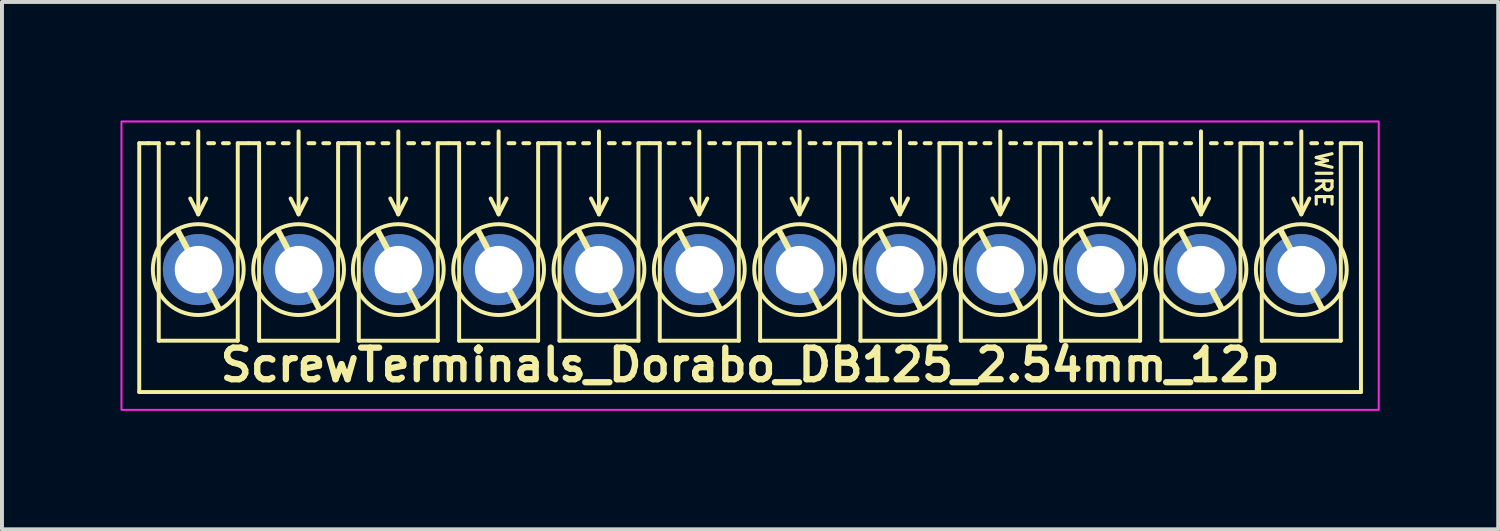
<source format=kicad_pcb>
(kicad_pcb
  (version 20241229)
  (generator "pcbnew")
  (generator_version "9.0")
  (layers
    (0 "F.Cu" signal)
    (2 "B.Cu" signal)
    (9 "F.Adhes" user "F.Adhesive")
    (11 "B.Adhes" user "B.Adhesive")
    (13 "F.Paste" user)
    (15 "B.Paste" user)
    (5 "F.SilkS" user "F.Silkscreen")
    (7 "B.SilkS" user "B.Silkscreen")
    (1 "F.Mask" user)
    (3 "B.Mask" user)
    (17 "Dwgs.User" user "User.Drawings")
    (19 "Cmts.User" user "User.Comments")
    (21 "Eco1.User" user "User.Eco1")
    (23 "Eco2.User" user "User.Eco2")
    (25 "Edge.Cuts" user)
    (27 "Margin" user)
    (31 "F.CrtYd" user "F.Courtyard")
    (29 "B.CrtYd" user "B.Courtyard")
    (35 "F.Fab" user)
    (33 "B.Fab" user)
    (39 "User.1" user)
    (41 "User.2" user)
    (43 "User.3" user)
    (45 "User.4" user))
  (footprint "ScrewTerminals_Dorabo_DB125_2.54mm_12p"
    (layer "F.Cu")
    (at 15.923 3.724)
    (property "Reference" "ScrewTerminals_Dorabo_DB125_2.54mm_12p" (at 0.016 2.464 0) (unlocked yes) (layer "F.SilkS") (effects (font (size 0.8 0.8) (thickness 0.16) (bold yes))))
    (attr through_hole)
    (fp_line (start -15.448 -3.149) (end -15.448 3.151) (stroke (width 0.1) (type default)) (layer "F.SilkS"))
    (fp_line (start -15.448 -3.149) (end -15.208 -3.149) (stroke (width 0.1) (type default)) (layer "F.SilkS"))
    (fp_line (start -14.954 -3.149) (end -15.224 -3.149) (stroke (width 0.1) (type default)) (layer "F.SilkS"))
    (fp_line (start -14.954 1.851) (end -14.954 -3.149) (stroke (width 0.1) (type solid)) (layer "F.SilkS"))
    (fp_line (start -14.579 -3.149) (end -14.729 -3.149) (stroke (width 0.1) (type default)) (layer "F.SilkS"))
    (fp_line (start -14.204 -3.149) (end -14.354 -3.149) (stroke (width 0.1) (type default)) (layer "F.SilkS"))
    (fp_line (start -13.954 -3.449) (end -13.954 -1.349) (stroke (width 0.1) (type default)) (layer "F.SilkS"))
    (fp_line (start -13.954 -1.349) (end -14.157 -1.749) (stroke (width 0.1) (type default)) (layer "F.SilkS"))
    (fp_line (start -13.954 -1.349) (end -13.751 -1.749) (stroke (width 0.1) (type default)) (layer "F.SilkS"))
    (fp_line (start -13.554 -3.149) (end -13.704 -3.149) (stroke (width 0.1) (type default)) (layer "F.SilkS"))
    (fp_line (start -13.446 1.016) (end -14.462 -0.914) (stroke (width 0.15) (type default)) (layer "F.SilkS"))
    (fp_line (start -13.179 -3.149) (end -13.329 -3.149) (stroke (width 0.1) (type default)) (layer "F.SilkS"))
    (fp_line (start -12.954 -3.149) (end -12.954 1.851) (stroke (width 0.1) (type solid)) (layer "F.SilkS"))
    (fp_line (start -12.954 1.851) (end -14.954 1.851) (stroke (width 0.1) (type solid)) (layer "F.SilkS"))
    (fp_line (start -12.684 -3.149) (end -12.954 -3.149) (stroke (width 0.1) (type default)) (layer "F.SilkS"))
    (fp_line (start -12.414 -3.149) (end -12.684 -3.149) (stroke (width 0.1) (type default)) (layer "F.SilkS"))
    (fp_line (start -12.414 1.851) (end -12.414 -3.149) (stroke (width 0.1) (type solid)) (layer "F.SilkS"))
    (fp_line (start -12.039 -3.149) (end -12.189 -3.149) (stroke (width 0.1) (type default)) (layer "F.SilkS"))
    (fp_line (start -11.664 -3.149) (end -11.814 -3.149) (stroke (width 0.1) (type default)) (layer "F.SilkS"))
    (fp_line (start -11.414 -3.449) (end -11.414 -1.349) (stroke (width 0.1) (type default)) (layer "F.SilkS"))
    (fp_line (start -11.414 -1.349) (end -11.617 -1.749) (stroke (width 0.1) (type default)) (layer "F.SilkS"))
    (fp_line (start -11.414 -1.349) (end -11.211 -1.749) (stroke (width 0.1) (type default)) (layer "F.SilkS"))
    (fp_line (start -11.014 -3.149) (end -11.164 -3.149) (stroke (width 0.1) (type default)) (layer "F.SilkS"))
    (fp_line (start -10.906 1.016) (end -11.922 -0.914) (stroke (width 0.15) (type default)) (layer "F.SilkS"))
    (fp_line (start -10.639 -3.149) (end -10.789 -3.149) (stroke (width 0.1) (type default)) (layer "F.SilkS"))
    (fp_line (start -10.414 -3.149) (end -10.414 1.851) (stroke (width 0.1) (type solid)) (layer "F.SilkS"))
    (fp_line (start -10.414 1.851) (end -12.414 1.851) (stroke (width 0.1) (type solid)) (layer "F.SilkS"))
    (fp_line (start -10.144 -3.149) (end -10.414 -3.149) (stroke (width 0.1) (type default)) (layer "F.SilkS"))
    (fp_line (start -9.89 -3.149) (end -10.16 -3.149) (stroke (width 0.1) (type default)) (layer "F.SilkS"))
    (fp_line (start -9.89 1.851) (end -9.89 -3.149) (stroke (width 0.1) (type solid)) (layer "F.SilkS"))
    (fp_line (start -9.515 -3.149) (end -9.665 -3.149) (stroke (width 0.1) (type default)) (layer "F.SilkS"))
    (fp_line (start -9.14 -3.149) (end -9.29 -3.149) (stroke (width 0.1) (type default)) (layer "F.SilkS"))
    (fp_line (start -8.89 -3.449) (end -8.89 -1.349) (stroke (width 0.1) (type default)) (layer "F.SilkS"))
    (fp_line (start -8.89 -1.349) (end -9.093 -1.749) (stroke (width 0.1) (type default)) (layer "F.SilkS"))
    (fp_line (start -8.89 -1.349) (end -8.687 -1.749) (stroke (width 0.1) (type default)) (layer "F.SilkS"))
    (fp_line (start -8.49 -3.149) (end -8.64 -3.149) (stroke (width 0.1) (type default)) (layer "F.SilkS"))
    (fp_line (start -8.382 1.016) (end -9.398 -0.914) (stroke (width 0.15) (type default)) (layer "F.SilkS"))
    (fp_line (start -8.115 -3.149) (end -8.265 -3.149) (stroke (width 0.1) (type default)) (layer "F.SilkS"))
    (fp_line (start -7.89 -3.149) (end -7.89 1.851) (stroke (width 0.1) (type solid)) (layer "F.SilkS"))
    (fp_line (start -7.89 1.851) (end -9.89 1.851) (stroke (width 0.1) (type solid)) (layer "F.SilkS"))
    (fp_line (start -7.62 -3.149) (end -7.89 -3.149) (stroke (width 0.1) (type default)) (layer "F.SilkS"))
    (fp_line (start -7.35 -3.149) (end -7.62 -3.149) (stroke (width 0.1) (type default)) (layer "F.SilkS"))
    (fp_line (start -7.35 1.851) (end -7.35 -3.149) (stroke (width 0.1) (type solid)) (layer "F.SilkS"))
    (fp_line (start -6.975 -3.149) (end -7.125 -3.149) (stroke (width 0.1) (type default)) (layer "F.SilkS"))
    (fp_line (start -6.6 -3.149) (end -6.75 -3.149) (stroke (width 0.1) (type default)) (layer "F.SilkS"))
    (fp_line (start -6.35 -3.449) (end -6.35 -1.349) (stroke (width 0.1) (type default)) (layer "F.SilkS"))
    (fp_line (start -6.35 -1.349) (end -6.553 -1.749) (stroke (width 0.1) (type default)) (layer "F.SilkS"))
    (fp_line (start -6.35 -1.349) (end -6.147 -1.749) (stroke (width 0.1) (type default)) (layer "F.SilkS"))
    (fp_line (start -5.95 -3.149) (end -6.1 -3.149) (stroke (width 0.1) (type default)) (layer "F.SilkS"))
    (fp_line (start -5.842 1.016) (end -6.858 -0.914) (stroke (width 0.15) (type default)) (layer "F.SilkS"))
    (fp_line (start -5.575 -3.149) (end -5.725 -3.149) (stroke (width 0.1) (type default)) (layer "F.SilkS"))
    (fp_line (start -5.35 -3.149) (end -5.35 1.851) (stroke (width 0.1) (type solid)) (layer "F.SilkS"))
    (fp_line (start -5.35 1.851) (end -7.35 1.851) (stroke (width 0.1) (type solid)) (layer "F.SilkS"))
    (fp_line (start -5.08 -3.149) (end -5.35 -3.149) (stroke (width 0.1) (type default)) (layer "F.SilkS"))
    (fp_line (start -4.81 -3.149) (end -5.08 -3.149) (stroke (width 0.1) (type default)) (layer "F.SilkS"))
    (fp_line (start -4.81 1.851) (end -4.81 -3.149) (stroke (width 0.1) (type solid)) (layer "F.SilkS"))
    (fp_line (start -4.435 -3.149) (end -4.585 -3.149) (stroke (width 0.1) (type default)) (layer "F.SilkS"))
    (fp_line (start -4.06 -3.149) (end -4.21 -3.149) (stroke (width 0.1) (type default)) (layer "F.SilkS"))
    (fp_line (start -3.81 -3.449) (end -3.81 -1.349) (stroke (width 0.1) (type default)) (layer "F.SilkS"))
    (fp_line (start -3.81 -1.349) (end -4.013 -1.749) (stroke (width 0.1) (type default)) (layer "F.SilkS"))
    (fp_line (start -3.81 -1.349) (end -3.607 -1.749) (stroke (width 0.1) (type default)) (layer "F.SilkS"))
    (fp_line (start -3.41 -3.149) (end -3.56 -3.149) (stroke (width 0.1) (type default)) (layer "F.SilkS"))
    (fp_line (start -3.302 1.016) (end -4.318 -0.914) (stroke (width 0.15) (type default)) (layer "F.SilkS"))
    (fp_line (start -3.035 -3.149) (end -3.185 -3.149) (stroke (width 0.1) (type default)) (layer "F.SilkS"))
    (fp_line (start -2.81 -3.149) (end -2.81 1.851) (stroke (width 0.1) (type solid)) (layer "F.SilkS"))
    (fp_line (start -2.81 1.851) (end -4.81 1.851) (stroke (width 0.1) (type solid)) (layer "F.SilkS"))
    (fp_line (start -2.54 -3.149) (end -2.81 -3.149) (stroke (width 0.1) (type default)) (layer "F.SilkS"))
    (fp_line (start -2.27 -3.149) (end -2.54 -3.149) (stroke (width 0.1) (type default)) (layer "F.SilkS"))
    (fp_line (start -2.27 1.851) (end -2.27 -3.149) (stroke (width 0.1) (type solid)) (layer "F.SilkS"))
    (fp_line (start -1.895 -3.149) (end -2.045 -3.149) (stroke (width 0.1) (type default)) (layer "F.SilkS"))
    (fp_line (start -1.52 -3.149) (end -1.67 -3.149) (stroke (width 0.1) (type default)) (layer "F.SilkS"))
    (fp_line (start -1.27 -3.449) (end -1.27 -1.349) (stroke (width 0.1) (type default)) (layer "F.SilkS"))
    (fp_line (start -1.27 -1.349) (end -1.473 -1.749) (stroke (width 0.1) (type default)) (layer "F.SilkS"))
    (fp_line (start -1.27 -1.349) (end -1.067 -1.749) (stroke (width 0.1) (type default)) (layer "F.SilkS"))
    (fp_line (start -0.87 -3.149) (end -1.02 -3.149) (stroke (width 0.1) (type default)) (layer "F.SilkS"))
    (fp_line (start -0.762 1.016) (end -1.778 -0.914) (stroke (width 0.15) (type default)) (layer "F.SilkS"))
    (fp_line (start -0.495 -3.149) (end -0.645 -3.149) (stroke (width 0.1) (type default)) (layer "F.SilkS"))
    (fp_line (start -0.27 -3.149) (end -0.27 1.851) (stroke (width 0.1) (type solid)) (layer "F.SilkS"))
    (fp_line (start -0.27 1.851) (end -2.27 1.851) (stroke (width 0.1) (type solid)) (layer "F.SilkS"))
    (fp_line (start 0 -3.149) (end -0.27 -3.149) (stroke (width 0.1) (type default)) (layer "F.SilkS"))
    (fp_line (start 0.27 -3.149) (end 0 -3.149) (stroke (width 0.1) (type default)) (layer "F.SilkS"))
    (fp_line (start 0.27 1.851) (end 0.27 -3.149) (stroke (width 0.1) (type solid)) (layer "F.SilkS"))
    (fp_line (start 0.645 -3.149) (end 0.495 -3.149) (stroke (width 0.1) (type default)) (layer "F.SilkS"))
    (fp_line (start 1.02 -3.149) (end 0.87 -3.149) (stroke (width 0.1) (type default)) (layer "F.SilkS"))
    (fp_line (start 1.27 -3.449) (end 1.27 -1.349) (stroke (width 0.1) (type default)) (layer "F.SilkS"))
    (fp_line (start 1.27 -1.349) (end 1.067 -1.749) (stroke (width 0.1) (type default)) (layer "F.SilkS"))
    (fp_line (start 1.27 -1.349) (end 1.473 -1.749) (stroke (width 0.1) (type default)) (layer "F.SilkS"))
    (fp_line (start 1.67 -3.149) (end 1.52 -3.149) (stroke (width 0.1) (type default)) (layer "F.SilkS"))
    (fp_line (start 1.778 1.016) (end 0.762 -0.914) (stroke (width 0.15) (type default)) (layer "F.SilkS"))
    (fp_line (start 2.045 -3.149) (end 1.895 -3.149) (stroke (width 0.1) (type default)) (layer "F.SilkS"))
    (fp_line (start 2.27 -3.149) (end 2.27 1.851) (stroke (width 0.1) (type solid)) (layer "F.SilkS"))
    (fp_line (start 2.27 1.851) (end 0.27 1.851) (stroke (width 0.1) (type solid)) (layer "F.SilkS"))
    (fp_line (start 2.54 -3.149) (end 2.27 -3.149) (stroke (width 0.1) (type default)) (layer "F.SilkS"))
    (fp_line (start 2.81 -3.149) (end 2.54 -3.149) (stroke (width 0.1) (type default)) (layer "F.SilkS"))
    (fp_line (start 2.81 1.851) (end 2.81 -3.149) (stroke (width 0.1) (type solid)) (layer "F.SilkS"))
    (fp_line (start 3.185 -3.149) (end 3.035 -3.149) (stroke (width 0.1) (type default)) (layer "F.SilkS"))
    (fp_line (start 3.56 -3.149) (end 3.41 -3.149) (stroke (width 0.1) (type default)) (layer "F.SilkS"))
    (fp_line (start 3.81 -3.449) (end 3.81 -1.349) (stroke (width 0.1) (type default)) (layer "F.SilkS"))
    (fp_line (start 3.81 -1.349) (end 3.607 -1.749) (stroke (width 0.1) (type default)) (layer "F.SilkS"))
    (fp_line (start 3.81 -1.349) (end 4.013 -1.749) (stroke (width 0.1) (type default)) (layer "F.SilkS"))
    (fp_line (start 4.21 -3.149) (end 4.06 -3.149) (stroke (width 0.1) (type default)) (layer "F.SilkS"))
    (fp_line (start 4.318 1.016) (end 3.302 -0.914) (stroke (width 0.15) (type default)) (layer "F.SilkS"))
    (fp_line (start 4.585 -3.149) (end 4.435 -3.149) (stroke (width 0.1) (type default)) (layer "F.SilkS"))
    (fp_line (start 4.81 -3.149) (end 4.81 1.851) (stroke (width 0.1) (type solid)) (layer "F.SilkS"))
    (fp_line (start 4.81 1.851) (end 2.81 1.851) (stroke (width 0.1) (type solid)) (layer "F.SilkS"))
    (fp_line (start 5.08 -3.149) (end 4.81 -3.149) (stroke (width 0.1) (type default)) (layer "F.SilkS"))
    (fp_line (start 5.35 -3.149) (end 5.08 -3.149) (stroke (width 0.1) (type default)) (layer "F.SilkS"))
    (fp_line (start 5.35 1.851) (end 5.35 -3.149) (stroke (width 0.1) (type solid)) (layer "F.SilkS"))
    (fp_line (start 5.725 -3.149) (end 5.575 -3.149) (stroke (width 0.1) (type default)) (layer "F.SilkS"))
    (fp_line (start 6.1 -3.149) (end 5.95 -3.149) (stroke (width 0.1) (type default)) (layer "F.SilkS"))
    (fp_line (start 6.35 -3.449) (end 6.35 -1.349) (stroke (width 0.1) (type default)) (layer "F.SilkS"))
    (fp_line (start 6.35 -1.349) (end 6.147 -1.749) (stroke (width 0.1) (type default)) (layer "F.SilkS"))
    (fp_line (start 6.35 -1.349) (end 6.553 -1.749) (stroke (width 0.1) (type default)) (layer "F.SilkS"))
    (fp_line (start 6.75 -3.149) (end 6.6 -3.149) (stroke (width 0.1) (type default)) (layer "F.SilkS"))
    (fp_line (start 6.858 1.016) (end 5.842 -0.914) (stroke (width 0.15) (type default)) (layer "F.SilkS"))
    (fp_line (start 7.125 -3.149) (end 6.975 -3.149) (stroke (width 0.1) (type default)) (layer "F.SilkS"))
    (fp_line (start 7.35 -3.149) (end 7.35 1.851) (stroke (width 0.1) (type solid)) (layer "F.SilkS"))
    (fp_line (start 7.35 1.851) (end 5.35 1.851) (stroke (width 0.1) (type solid)) (layer "F.SilkS"))
    (fp_line (start 7.62 -3.149) (end 7.35 -3.149) (stroke (width 0.1) (type default)) (layer "F.SilkS"))
    (fp_line (start 7.89 -3.149) (end 7.62 -3.149) (stroke (width 0.1) (type default)) (layer "F.SilkS"))
    (fp_line (start 7.89 1.851) (end 7.89 -3.149) (stroke (width 0.1) (type solid)) (layer "F.SilkS"))
    (fp_line (start 8.265 -3.149) (end 8.115 -3.149) (stroke (width 0.1) (type default)) (layer "F.SilkS"))
    (fp_line (start 8.64 -3.149) (end 8.49 -3.149) (stroke (width 0.1) (type default)) (layer "F.SilkS"))
    (fp_line (start 8.89 -3.449) (end 8.89 -1.349) (stroke (width 0.1) (type default)) (layer "F.SilkS"))
    (fp_line (start 8.89 -1.349) (end 8.687 -1.749) (stroke (width 0.1) (type default)) (layer "F.SilkS"))
    (fp_line (start 8.89 -1.349) (end 9.093 -1.749) (stroke (width 0.1) (type default)) (layer "F.SilkS"))
    (fp_line (start 9.29 -3.149) (end 9.14 -3.149) (stroke (width 0.1) (type default)) (layer "F.SilkS"))
    (fp_line (start 9.398 1.016) (end 8.382 -0.914) (stroke (width 0.15) (type default)) (layer "F.SilkS"))
    (fp_line (start 9.665 -3.149) (end 9.515 -3.149) (stroke (width 0.1) (type default)) (layer "F.SilkS"))
    (fp_line (start 9.89 -3.149) (end 9.89 1.851) (stroke (width 0.1) (type solid)) (layer "F.SilkS"))
    (fp_line (start 9.89 1.851) (end 7.89 1.851) (stroke (width 0.1) (type solid)) (layer "F.SilkS"))
    (fp_line (start 10.16 -3.149) (end 9.89 -3.149) (stroke (width 0.1) (type default)) (layer "F.SilkS"))
    (fp_line (start 10.43 -3.149) (end 10.16 -3.149) (stroke (width 0.1) (type default)) (layer "F.SilkS"))
    (fp_line (start 10.43 1.851) (end 10.43 -3.149) (stroke (width 0.1) (type solid)) (layer "F.SilkS"))
    (fp_line (start 10.805 -3.149) (end 10.655 -3.149) (stroke (width 0.1) (type default)) (layer "F.SilkS"))
    (fp_line (start 11.18 -3.149) (end 11.03 -3.149) (stroke (width 0.1) (type default)) (layer "F.SilkS"))
    (fp_line (start 11.43 -3.449) (end 11.43 -1.349) (stroke (width 0.1) (type default)) (layer "F.SilkS"))
    (fp_line (start 11.43 -1.349) (end 11.227 -1.749) (stroke (width 0.1) (type default)) (layer "F.SilkS"))
    (fp_line (start 11.43 -1.349) (end 11.633 -1.749) (stroke (width 0.1) (type default)) (layer "F.SilkS"))
    (fp_line (start 11.83 -3.149) (end 11.68 -3.149) (stroke (width 0.1) (type default)) (layer "F.SilkS"))
    (fp_line (start 11.938 1.016) (end 10.922 -0.914) (stroke (width 0.15) (type default)) (layer "F.SilkS"))
    (fp_line (start 12.205 -3.149) (end 12.055 -3.149) (stroke (width 0.1) (type default)) (layer "F.SilkS"))
    (fp_line (start 12.43 -3.149) (end 12.43 1.851) (stroke (width 0.1) (type solid)) (layer "F.SilkS"))
    (fp_line (start 12.43 1.851) (end 10.43 1.851) (stroke (width 0.1) (type solid)) (layer "F.SilkS"))
    (fp_line (start 12.7 -3.149) (end 12.43 -3.149) (stroke (width 0.1) (type default)) (layer "F.SilkS"))
    (fp_line (start 12.97 -3.149) (end 12.7 -3.149) (stroke (width 0.1) (type default)) (layer "F.SilkS"))
    (fp_line (start 12.97 1.851) (end 12.97 -3.149) (stroke (width 0.1) (type solid)) (layer "F.SilkS"))
    (fp_line (start 13.345 -3.149) (end 13.195 -3.149) (stroke (width 0.1) (type default)) (layer "F.SilkS"))
    (fp_line (start 13.72 -3.149) (end 13.57 -3.149) (stroke (width 0.1) (type default)) (layer "F.SilkS"))
    (fp_line (start 13.97 -3.449) (end 13.97 -1.349) (stroke (width 0.1) (type default)) (layer "F.SilkS"))
    (fp_line (start 13.97 -1.349) (end 13.767 -1.749) (stroke (width 0.1) (type default)) (layer "F.SilkS"))
    (fp_line (start 13.97 -1.349) (end 14.173 -1.749) (stroke (width 0.1) (type default)) (layer "F.SilkS"))
    (fp_line (start 14.37 -3.149) (end 14.22 -3.149) (stroke (width 0.1) (type default)) (layer "F.SilkS"))
    (fp_line (start 14.478 1.016) (end 13.462 -0.914) (stroke (width 0.15) (type default)) (layer "F.SilkS"))
    (fp_line (start 14.745 -3.149) (end 14.595 -3.149) (stroke (width 0.1) (type default)) (layer "F.SilkS"))
    (fp_line (start 14.97 -3.149) (end 14.97 1.851) (stroke (width 0.1) (type solid)) (layer "F.SilkS"))
    (fp_line (start 14.97 1.851) (end 12.97 1.851) (stroke (width 0.1) (type solid)) (layer "F.SilkS"))
    (fp_line (start 15.24 -3.149) (end 14.97 -3.149) (stroke (width 0.1) (type default)) (layer "F.SilkS"))
    (fp_line (start 15.48 -3.149) (end 15.24 -3.149) (stroke (width 0.1) (type default)) (layer "F.SilkS"))
    (fp_line (start 15.48 -3.149) (end 15.48 3.151) (stroke (width 0.1) (type default)) (layer "F.SilkS"))
    (fp_line (start 15.48 3.151) (end -15.448 3.151) (stroke (width 0.1) (type default)) (layer "F.SilkS"))
    (fp_circle (center -13.954 0.051) (end -12.804 0.051) (stroke (width 0.1) (type default)) (fill no) (layer "F.SilkS"))
    (fp_circle (center -11.414 0.051) (end -10.264 0.051) (stroke (width 0.1) (type default)) (fill no) (layer "F.SilkS"))
    (fp_circle (center -8.89 0.051) (end -7.74 0.051) (stroke (width 0.1) (type default)) (fill no) (layer "F.SilkS"))
    (fp_circle (center -6.35 0.051) (end -5.2 0.051) (stroke (width 0.1) (type default)) (fill no) (layer "F.SilkS"))
    (fp_circle (center -3.81 0.051) (end -2.66 0.051) (stroke (width 0.1) (type default)) (fill no) (layer "F.SilkS"))
    (fp_circle (center -1.27 0.051) (end -0.12 0.051) (stroke (width 0.1) (type default)) (fill no) (layer "F.SilkS"))
    (fp_circle (center 1.27 0.051) (end 2.42 0.051) (stroke (width 0.1) (type default)) (fill no) (layer "F.SilkS"))
    (fp_circle (center 3.81 0.051) (end 4.96 0.051) (stroke (width 0.1) (type default)) (fill no) (layer "F.SilkS"))
    (fp_circle (center 6.35 0.051) (end 7.5 0.051) (stroke (width 0.1) (type default)) (fill no) (layer "F.SilkS"))
    (fp_circle (center 8.89 0.051) (end 10.04 0.051) (stroke (width 0.1) (type default)) (fill no) (layer "F.SilkS"))
    (fp_circle (center 11.43 0.051) (end 12.58 0.051) (stroke (width 0.1) (type default)) (fill no) (layer "F.SilkS"))
    (fp_circle (center 13.97 0.051) (end 15.12 0.051) (stroke (width 0.1) (type default)) (fill no) (layer "F.SilkS"))
    (fp_rect (start -15.898 -3.699) (end 15.93 3.601) (stroke (width 0.05) (type default)) (fill no) (layer "F.CrtYd"))
    (fp_text user "WIRE" (at 14.529 -2.235 270) (unlocked yes) (layer "F.SilkS") (effects (font (size 0.4 0.4) (thickness 0.08) (bold yes))))
    (pad "1" thru_hole circle (at 13.97 0.051 180) (size 1.8 1.8) (drill 1.2) (layers "*.Cu" "*.Mask"))
    (pad "2" thru_hole circle (at 11.43 0.051 180) (size 1.8 1.8) (drill 1.2) (layers "*.Cu" "*.Mask"))
    (pad "3" thru_hole circle (at 8.89 0.051 180) (size 1.8 1.8) (drill 1.2) (layers "*.Cu" "*.Mask"))
    (pad "4" thru_hole circle (at 6.35 0.051 180) (size 1.8 1.8) (drill 1.2) (layers "*.Cu" "*.Mask"))
    (pad "5" thru_hole circle (at 3.81 0.051 180) (size 1.8 1.8) (drill 1.2) (layers "*.Cu" "*.Mask"))
    (pad "6" thru_hole circle (at 1.27 0.051 180) (size 1.8 1.8) (drill 1.2) (layers "*.Cu" "*.Mask"))
    (pad "7" thru_hole circle (at -1.27 0.051 180) (size 1.8 1.8) (drill 1.2) (layers "*.Cu" "*.Mask"))
    (pad "8" thru_hole circle (at -3.81 0.051 180) (size 1.8 1.8) (drill 1.2) (layers "*.Cu" "*.Mask"))
    (pad "9" thru_hole circle (at -6.35 0.051 180) (size 1.8 1.8) (drill 1.2) (layers "*.Cu" "*.Mask"))
    (pad "10" thru_hole circle (at -8.89 0.051 180) (size 1.8 1.8) (drill 1.2) (layers "*.Cu" "*.Mask"))
    (pad "11" thru_hole circle (at -11.41 0.051 180) (size 1.8 1.8) (drill 1.2) (layers "*.Cu" "*.Mask"))
    (pad "12" thru_hole circle (at -13.95 0.051 180) (size 1.8 1.8) (drill 1.2) (layers "*.Cu" "*.Mask")))
  (gr_rect
    (start -3 -3)
    (end 34.878 10.35)
    (stroke (width 0.1) (type default))
    (fill no)
    (layer "Edge.Cuts")))
</source>
